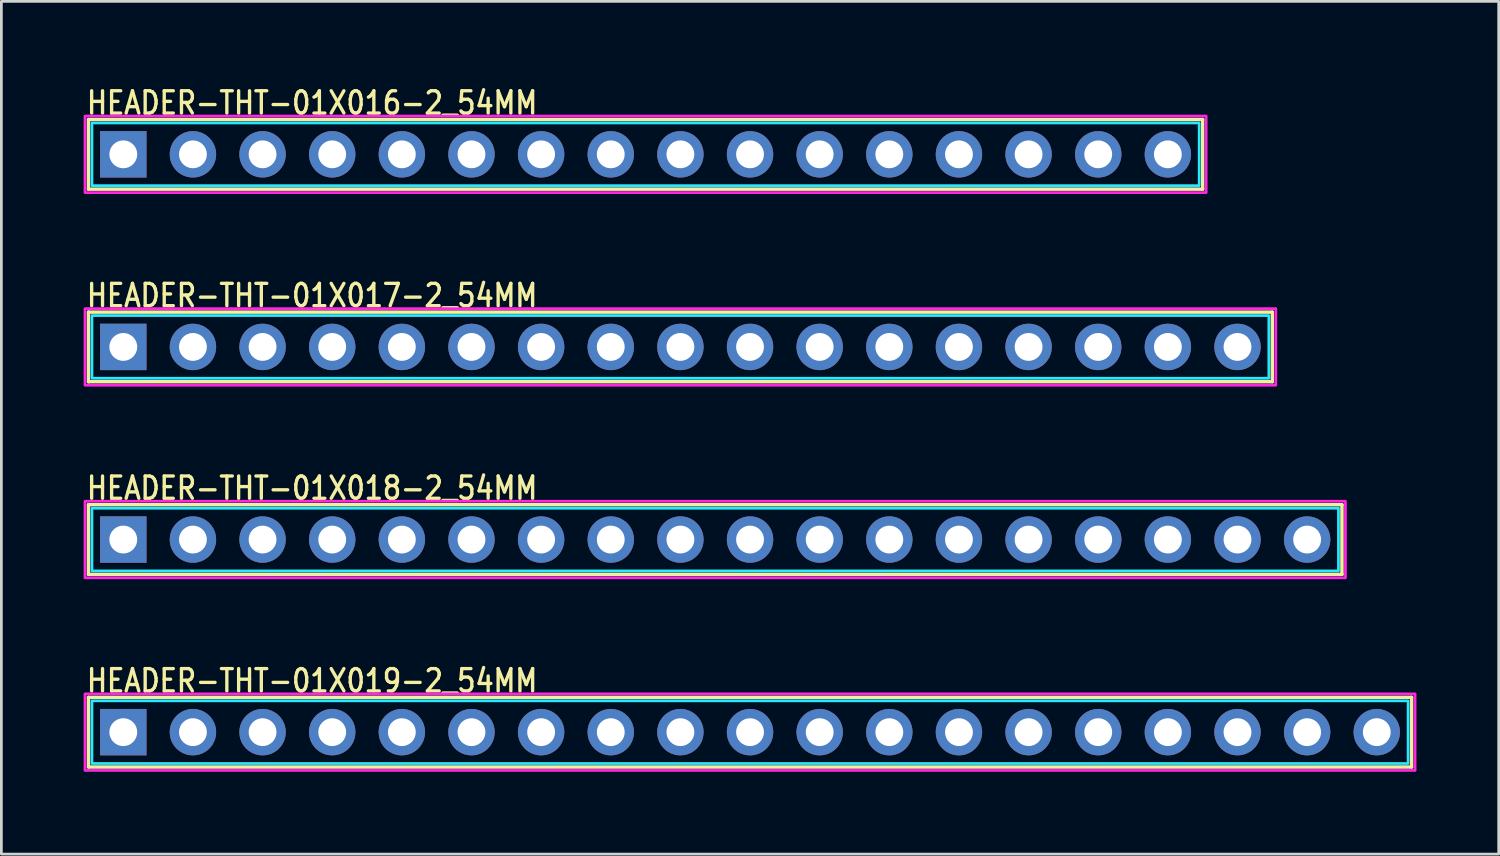
<source format=kicad_pcb>
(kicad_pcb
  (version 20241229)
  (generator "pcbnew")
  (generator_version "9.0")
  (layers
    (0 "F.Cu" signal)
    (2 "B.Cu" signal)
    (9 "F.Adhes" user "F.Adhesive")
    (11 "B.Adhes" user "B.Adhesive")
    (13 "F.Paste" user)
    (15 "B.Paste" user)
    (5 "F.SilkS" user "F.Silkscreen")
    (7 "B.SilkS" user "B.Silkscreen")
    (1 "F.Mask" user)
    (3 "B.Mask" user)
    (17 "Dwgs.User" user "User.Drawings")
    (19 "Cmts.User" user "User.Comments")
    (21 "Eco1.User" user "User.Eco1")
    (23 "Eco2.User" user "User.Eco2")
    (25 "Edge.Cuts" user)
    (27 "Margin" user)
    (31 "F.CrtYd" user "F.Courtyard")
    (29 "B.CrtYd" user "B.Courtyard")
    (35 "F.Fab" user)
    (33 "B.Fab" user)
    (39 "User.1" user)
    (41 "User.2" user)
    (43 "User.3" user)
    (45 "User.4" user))
  (footprint "HEADER-THT-01X019-2_54MM"
    (layer "F.Cu")
    (at 1.447 23.655)
    (property "Reference" "HEADER-THT-01X019-2_54MM" (at -1.4 -1.4 0) (unlocked yes) (layer "F.SilkS") (effects (font (size 0.813 0.695) (thickness 0.122)) (justify left bottom)))
    (fp_line (start -1.27 -1.27) (end -1.27 1.27) (stroke (width 0.127) (type solid)) (layer "F.SilkS"))
    (fp_line (start -1.27 1.27) (end 46.99 1.27) (stroke (width 0.127) (type solid)) (layer "F.SilkS"))
    (fp_line (start 46.99 -1.27) (end -1.27 -1.27) (stroke (width 0.127) (type solid)) (layer "F.SilkS"))
    (fp_line (start 46.99 1.27) (end 46.99 -1.27) (stroke (width 0.127) (type solid)) (layer "F.SilkS"))
    (fp_poly (pts (xy -1.143 -1.143) (xy 46.863 -1.143) (xy 46.863 1.143) (xy -1.143 1.143)) (stroke (width 0.1) (type solid)) (fill no) (layer "B.CrtYd"))
    (fp_poly (pts (xy -1.397 -1.397) (xy 47.117 -1.397) (xy 47.117 1.397) (xy -1.397 1.397)) (stroke (width 0.1) (type solid)) (fill no) (layer "F.CrtYd"))
    (pad "1" thru_hole rect (at 0 0) (size 1.693 1.693) (drill 1.016) (layers "*.Cu" "*.Mask"))
    (pad "2" thru_hole oval (at 2.54 0) (size 1.693 1.693) (drill 1.016) (layers "*.Cu" "*.Mask"))
    (pad "3" thru_hole oval (at 5.08 0) (size 1.693 1.693) (drill 1.016) (layers "*.Cu" "*.Mask"))
    (pad "4" thru_hole oval (at 7.62 0) (size 1.693 1.693) (drill 1.016) (layers "*.Cu" "*.Mask"))
    (pad "5" thru_hole oval (at 10.16 0) (size 1.693 1.693) (drill 1.016) (layers "*.Cu" "*.Mask"))
    (pad "6" thru_hole oval (at 12.7 0) (size 1.693 1.693) (drill 1.016) (layers "*.Cu" "*.Mask"))
    (pad "7" thru_hole oval (at 15.24 0) (size 1.693 1.693) (drill 1.016) (layers "*.Cu" "*.Mask"))
    (pad "8" thru_hole oval (at 17.78 0) (size 1.693 1.693) (drill 1.016) (layers "*.Cu" "*.Mask"))
    (pad "9" thru_hole oval (at 20.32 0) (size 1.693 1.693) (drill 1.016) (layers "*.Cu" "*.Mask"))
    (pad "10" thru_hole oval (at 22.86 0) (size 1.693 1.693) (drill 1.016) (layers "*.Cu" "*.Mask"))
    (pad "11" thru_hole oval (at 25.4 0) (size 1.693 1.693) (drill 1.016) (layers "*.Cu" "*.Mask"))
    (pad "12" thru_hole oval (at 27.94 0) (size 1.693 1.693) (drill 1.016) (layers "*.Cu" "*.Mask"))
    (pad "13" thru_hole oval (at 30.48 0) (size 1.693 1.693) (drill 1.016) (layers "*.Cu" "*.Mask"))
    (pad "14" thru_hole oval (at 33.02 0) (size 1.693 1.693) (drill 1.016) (layers "*.Cu" "*.Mask"))
    (pad "15" thru_hole oval (at 35.56 0) (size 1.693 1.693) (drill 1.016) (layers "*.Cu" "*.Mask"))
    (pad "16" thru_hole oval (at 38.1 0) (size 1.693 1.693) (drill 1.016) (layers "*.Cu" "*.Mask"))
    (pad "17" thru_hole oval (at 40.64 0) (size 1.693 1.693) (drill 1.016) (layers "*.Cu" "*.Mask"))
    (pad "18" thru_hole oval (at 43.18 0) (size 1.693 1.693) (drill 1.016) (layers "*.Cu" "*.Mask"))
    (pad "19" thru_hole oval (at 45.72 0) (size 1.693 1.693) (drill 1.016) (layers "*.Cu" "*.Mask")))
  (footprint "HEADER-THT-01X017-2_54MM"
    (layer "F.Cu")
    (at 1.447 9.604)
    (property "Reference" "HEADER-THT-01X017-2_54MM" (at -1.4 -1.4 0) (unlocked yes) (layer "F.SilkS") (effects (font (size 0.813 0.695) (thickness 0.122)) (justify left bottom)))
    (fp_line (start -1.27 -1.27) (end -1.27 1.27) (stroke (width 0.127) (type solid)) (layer "F.SilkS"))
    (fp_line (start -1.27 1.27) (end 41.91 1.27) (stroke (width 0.127) (type solid)) (layer "F.SilkS"))
    (fp_line (start 41.91 -1.27) (end -1.27 -1.27) (stroke (width 0.127) (type solid)) (layer "F.SilkS"))
    (fp_line (start 41.91 1.27) (end 41.91 -1.27) (stroke (width 0.127) (type solid)) (layer "F.SilkS"))
    (fp_poly (pts (xy -1.143 -1.143) (xy 41.783 -1.143) (xy 41.783 1.143) (xy -1.143 1.143)) (stroke (width 0.1) (type solid)) (fill no) (layer "B.CrtYd"))
    (fp_poly (pts (xy -1.397 -1.397) (xy 42.037 -1.397) (xy 42.037 1.397) (xy -1.397 1.397)) (stroke (width 0.1) (type solid)) (fill no) (layer "F.CrtYd"))
    (pad "P$1" thru_hole rect (at 0 0) (size 1.693 1.693) (drill 1.016) (layers "*.Cu" "*.Mask"))
    (pad "P$2" thru_hole oval (at 2.54 0) (size 1.693 1.693) (drill 1.016) (layers "*.Cu" "*.Mask"))
    (pad "P$3" thru_hole oval (at 5.08 0) (size 1.693 1.693) (drill 1.016) (layers "*.Cu" "*.Mask"))
    (pad "P$4" thru_hole oval (at 7.62 0) (size 1.693 1.693) (drill 1.016) (layers "*.Cu" "*.Mask"))
    (pad "P$5" thru_hole oval (at 10.16 0) (size 1.693 1.693) (drill 1.016) (layers "*.Cu" "*.Mask"))
    (pad "P$6" thru_hole oval (at 12.7 0) (size 1.693 1.693) (drill 1.016) (layers "*.Cu" "*.Mask"))
    (pad "P$7" thru_hole oval (at 15.24 0) (size 1.693 1.693) (drill 1.016) (layers "*.Cu" "*.Mask"))
    (pad "P$8" thru_hole oval (at 17.78 0) (size 1.693 1.693) (drill 1.016) (layers "*.Cu" "*.Mask"))
    (pad "P$9" thru_hole oval (at 20.32 0) (size 1.693 1.693) (drill 1.016) (layers "*.Cu" "*.Mask"))
    (pad "P$10" thru_hole oval (at 22.86 0) (size 1.693 1.693) (drill 1.016) (layers "*.Cu" "*.Mask"))
    (pad "P$11" thru_hole oval (at 25.4 0) (size 1.693 1.693) (drill 1.016) (layers "*.Cu" "*.Mask"))
    (pad "P$12" thru_hole oval (at 27.94 0) (size 1.693 1.693) (drill 1.016) (layers "*.Cu" "*.Mask"))
    (pad "P$13" thru_hole oval (at 30.48 0) (size 1.693 1.693) (drill 1.016) (layers "*.Cu" "*.Mask"))
    (pad "P$14" thru_hole oval (at 33.02 0) (size 1.693 1.693) (drill 1.016) (layers "*.Cu" "*.Mask"))
    (pad "P$15" thru_hole oval (at 35.56 0) (size 1.693 1.693) (drill 1.016) (layers "*.Cu" "*.Mask"))
    (pad "P$16" thru_hole oval (at 38.1 0) (size 1.693 1.693) (drill 1.016) (layers "*.Cu" "*.Mask"))
    (pad "P$17" thru_hole oval (at 40.64 0) (size 1.693 1.693) (drill 1.016) (layers "*.Cu" "*.Mask")))
  (footprint "HEADER-THT-01X016-2_54MM"
    (layer "F.Cu")
    (at 1.447 2.579)
    (property "Reference" "HEADER-THT-01X016-2_54MM" (at -1.4 -1.4 0) (unlocked yes) (layer "F.SilkS") (effects (font (size 0.813 0.695) (thickness 0.122)) (justify left bottom)))
    (fp_line (start -1.27 -1.27) (end -1.27 1.27) (stroke (width 0.127) (type solid)) (layer "F.SilkS"))
    (fp_line (start -1.27 1.27) (end 39.37 1.27) (stroke (width 0.127) (type solid)) (layer "F.SilkS"))
    (fp_line (start 39.37 -1.27) (end -1.27 -1.27) (stroke (width 0.127) (type solid)) (layer "F.SilkS"))
    (fp_line (start 39.37 1.27) (end 39.37 -1.27) (stroke (width 0.127) (type solid)) (layer "F.SilkS"))
    (fp_poly (pts (xy -1.143 -1.143) (xy 39.243 -1.143) (xy 39.243 1.143) (xy -1.143 1.143)) (stroke (width 0.1) (type solid)) (fill no) (layer "B.CrtYd"))
    (fp_poly (pts (xy -1.397 -1.397) (xy 39.497 -1.397) (xy 39.497 1.397) (xy -1.397 1.397)) (stroke (width 0.1) (type solid)) (fill no) (layer "F.CrtYd"))
    (pad "1" thru_hole rect (at 0 0) (size 1.693 1.693) (drill 1.016) (layers "*.Cu" "*.Mask"))
    (pad "2" thru_hole oval (at 2.54 0) (size 1.693 1.693) (drill 1.016) (layers "*.Cu" "*.Mask"))
    (pad "3" thru_hole oval (at 5.08 0) (size 1.693 1.693) (drill 1.016) (layers "*.Cu" "*.Mask"))
    (pad "4" thru_hole oval (at 7.62 0) (size 1.693 1.693) (drill 1.016) (layers "*.Cu" "*.Mask"))
    (pad "5" thru_hole oval (at 10.16 0) (size 1.693 1.693) (drill 1.016) (layers "*.Cu" "*.Mask"))
    (pad "6" thru_hole oval (at 12.7 0) (size 1.693 1.693) (drill 1.016) (layers "*.Cu" "*.Mask"))
    (pad "7" thru_hole oval (at 15.24 0) (size 1.693 1.693) (drill 1.016) (layers "*.Cu" "*.Mask"))
    (pad "8" thru_hole oval (at 17.78 0) (size 1.693 1.693) (drill 1.016) (layers "*.Cu" "*.Mask"))
    (pad "9" thru_hole oval (at 20.32 0) (size 1.693 1.693) (drill 1.016) (layers "*.Cu" "*.Mask"))
    (pad "10" thru_hole oval (at 22.86 0) (size 1.693 1.693) (drill 1.016) (layers "*.Cu" "*.Mask"))
    (pad "11" thru_hole oval (at 25.4 0) (size 1.693 1.693) (drill 1.016) (layers "*.Cu" "*.Mask"))
    (pad "12" thru_hole oval (at 27.94 0) (size 1.693 1.693) (drill 1.016) (layers "*.Cu" "*.Mask"))
    (pad "13" thru_hole oval (at 30.48 0) (size 1.693 1.693) (drill 1.016) (layers "*.Cu" "*.Mask"))
    (pad "14" thru_hole oval (at 33.02 0) (size 1.693 1.693) (drill 1.016) (layers "*.Cu" "*.Mask"))
    (pad "15" thru_hole oval (at 35.56 0) (size 1.693 1.693) (drill 1.016) (layers "*.Cu" "*.Mask"))
    (pad "16" thru_hole oval (at 38.1 0) (size 1.693 1.693) (drill 1.016) (layers "*.Cu" "*.Mask")))
  (footprint "HEADER-THT-01X018-2_54MM"
    (layer "F.Cu")
    (at 1.447 16.63)
    (property "Reference" "HEADER-THT-01X018-2_54MM" (at -1.4 -1.4 0) (unlocked yes) (layer "F.SilkS") (effects (font (size 0.813 0.695) (thickness 0.122)) (justify left bottom)))
    (fp_line (start -1.27 -1.27) (end -1.27 1.27) (stroke (width 0.127) (type solid)) (layer "F.SilkS"))
    (fp_line (start -1.27 1.27) (end 44.45 1.27) (stroke (width 0.127) (type solid)) (layer "F.SilkS"))
    (fp_line (start 44.45 -1.27) (end -1.27 -1.27) (stroke (width 0.127) (type solid)) (layer "F.SilkS"))
    (fp_line (start 44.45 1.27) (end 44.45 -1.27) (stroke (width 0.127) (type solid)) (layer "F.SilkS"))
    (fp_poly (pts (xy -1.143 -1.143) (xy 44.323 -1.143) (xy 44.323 1.143) (xy -1.143 1.143)) (stroke (width 0.1) (type solid)) (fill no) (layer "B.CrtYd"))
    (fp_poly (pts (xy -1.397 -1.397) (xy 44.577 -1.397) (xy 44.577 1.397) (xy -1.397 1.397)) (stroke (width 0.1) (type solid)) (fill no) (layer "F.CrtYd"))
    (pad "1" thru_hole rect (at 0 0) (size 1.693 1.693) (drill 1.016) (layers "*.Cu" "*.Mask"))
    (pad "2" thru_hole oval (at 2.54 0) (size 1.693 1.693) (drill 1.016) (layers "*.Cu" "*.Mask"))
    (pad "3" thru_hole oval (at 5.08 0) (size 1.693 1.693) (drill 1.016) (layers "*.Cu" "*.Mask"))
    (pad "4" thru_hole oval (at 7.62 0) (size 1.693 1.693) (drill 1.016) (layers "*.Cu" "*.Mask"))
    (pad "5" thru_hole oval (at 10.16 0) (size 1.693 1.693) (drill 1.016) (layers "*.Cu" "*.Mask"))
    (pad "6" thru_hole oval (at 12.7 0) (size 1.693 1.693) (drill 1.016) (layers "*.Cu" "*.Mask"))
    (pad "7" thru_hole oval (at 15.24 0) (size 1.693 1.693) (drill 1.016) (layers "*.Cu" "*.Mask"))
    (pad "8" thru_hole oval (at 17.78 0) (size 1.693 1.693) (drill 1.016) (layers "*.Cu" "*.Mask"))
    (pad "9" thru_hole oval (at 20.32 0) (size 1.693 1.693) (drill 1.016) (layers "*.Cu" "*.Mask"))
    (pad "10" thru_hole oval (at 22.86 0) (size 1.693 1.693) (drill 1.016) (layers "*.Cu" "*.Mask"))
    (pad "11" thru_hole oval (at 25.4 0) (size 1.693 1.693) (drill 1.016) (layers "*.Cu" "*.Mask"))
    (pad "12" thru_hole oval (at 27.94 0) (size 1.693 1.693) (drill 1.016) (layers "*.Cu" "*.Mask"))
    (pad "13" thru_hole oval (at 30.48 0) (size 1.693 1.693) (drill 1.016) (layers "*.Cu" "*.Mask"))
    (pad "14" thru_hole oval (at 33.02 0) (size 1.693 1.693) (drill 1.016) (layers "*.Cu" "*.Mask"))
    (pad "15" thru_hole oval (at 35.56 0) (size 1.693 1.693) (drill 1.016) (layers "*.Cu" "*.Mask"))
    (pad "16" thru_hole oval (at 38.1 0) (size 1.693 1.693) (drill 1.016) (layers "*.Cu" "*.Mask"))
    (pad "17" thru_hole oval (at 40.64 0) (size 1.693 1.693) (drill 1.016) (layers "*.Cu" "*.Mask"))
    (pad "18" thru_hole oval (at 43.18 0) (size 1.693 1.693) (drill 1.016) (layers "*.Cu" "*.Mask")))
  (gr_rect
    (start -3 -3)
    (end 51.614 28.102)
    (stroke (width 0.1) (type default))
    (fill no)
    (layer "Edge.Cuts")))
</source>
